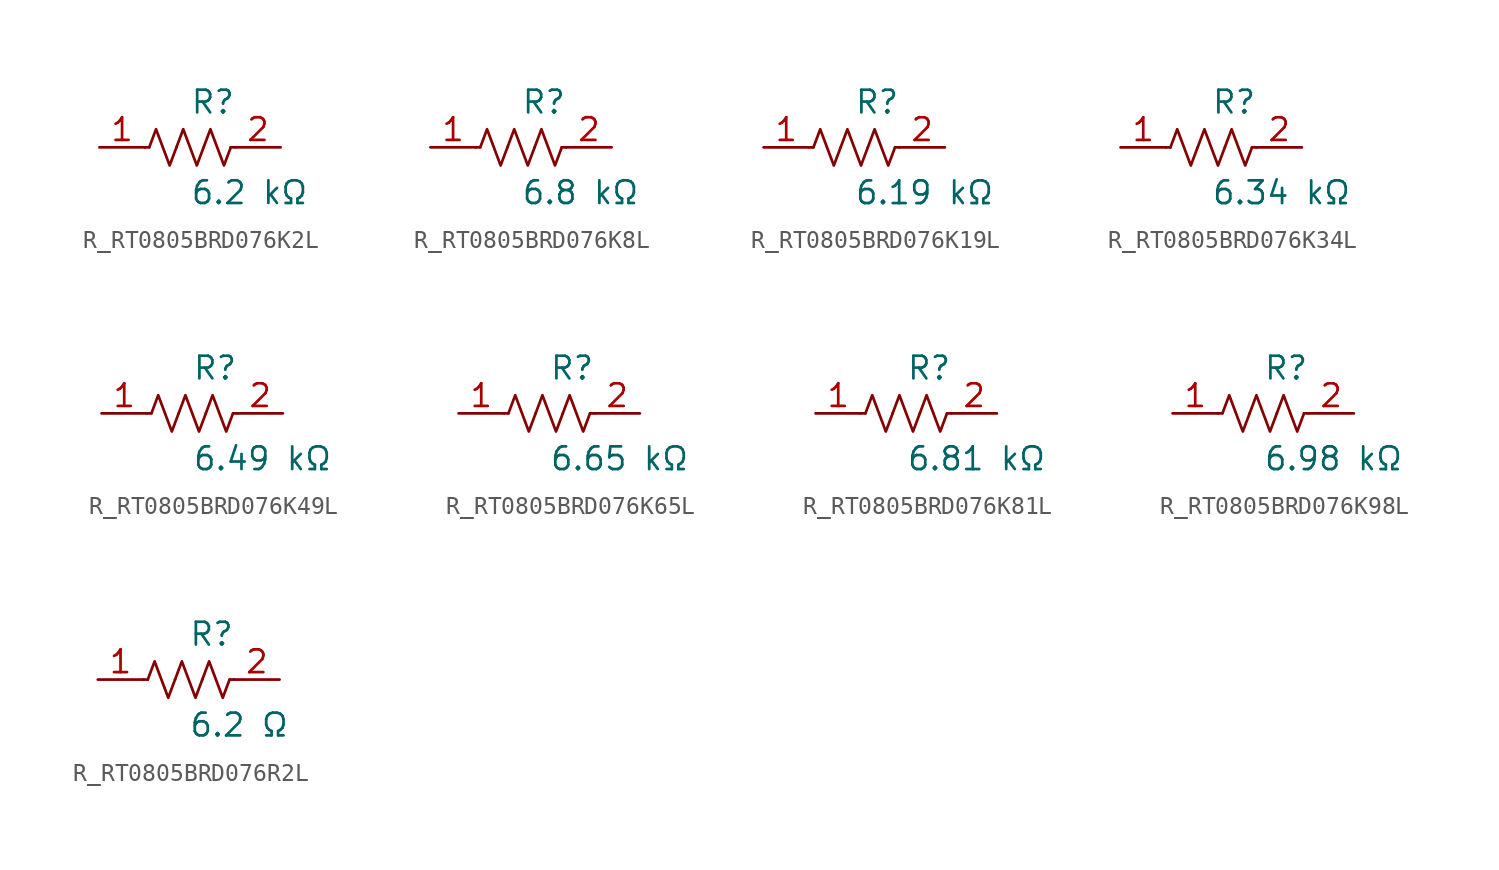
<source format=kicad_sym>
(kicad_symbol_lib
  (version 20231120)
  (generator kicad_symbol_editor)
  (generator_version 8.0)
  (symbol "R_RT0805BRD076K2L"
    (pin_names
      (offset 0.254))
    (property "Reference" "R"
      (at 0.0 2.54 0)
      (effects (font (size 1.27 1.27)) (justify left)))
    (property "Value" "6.2 kΩ"
      (at 0.0 -2.54 0)
      (effects (font (size 1.27 1.27)) (justify left)))
    (symbol "R_RT0805BRD076K2L_0_1"
      (polyline (pts (xy 2.286 0) (xy 2.54 0)) (stroke (width 0) (type default)) (fill (type none)))
      (polyline (pts (xy -2.286 0) (xy -2.54 0)) (stroke (width 0) (type default)) (fill (type none)))
      (polyline (pts (xy 0.762 0) (xy 1.143 1.016) (xy 1.524 0) (xy 1.905 -1.016) (xy 2.286 0)) (stroke (width 0) (type default)) (fill (type none)))
      (polyline (pts (xy -0.762 0) (xy -0.381 1.016) (xy 0 0) (xy 0.381 -1.016) (xy 0.762 0)) (stroke (width 0) (type default)) (fill (type none)))
      (polyline (pts (xy -2.286 0) (xy -1.905 1.016) (xy -1.524 0) (xy -1.143 -1.016) (xy -0.762 0)) (stroke (width 0) (type default)) (fill (type none))))
    (pin unspecified line
      (at -5.08 0 0)
      (length 2.54)
      (name "" (effects (font (size 1.27 1.27))))
      (number "1" (effects (font (size 1.27 1.27)))))
    (pin unspecified line
      (at 5.08 0 180)
      (length 2.54)
      (name "" (effects (font (size 1.27 1.27))))
      (number "2" (effects (font (size 1.27 1.27))))))
  (symbol "R_RT0805BRD076K8L"
    (pin_names
      (offset 0.254))
    (property "Reference" "R"
      (at 0.0 2.54 0)
      (effects (font (size 1.27 1.27)) (justify left)))
    (property "Value" "6.8 kΩ"
      (at 0.0 -2.54 0)
      (effects (font (size 1.27 1.27)) (justify left)))
    (symbol "R_RT0805BRD076K8L_0_1"
      (polyline (pts (xy 2.286 0) (xy 2.54 0)) (stroke (width 0) (type default)) (fill (type none)))
      (polyline (pts (xy -2.286 0) (xy -2.54 0)) (stroke (width 0) (type default)) (fill (type none)))
      (polyline (pts (xy 0.762 0) (xy 1.143 1.016) (xy 1.524 0) (xy 1.905 -1.016) (xy 2.286 0)) (stroke (width 0) (type default)) (fill (type none)))
      (polyline (pts (xy -0.762 0) (xy -0.381 1.016) (xy 0 0) (xy 0.381 -1.016) (xy 0.762 0)) (stroke (width 0) (type default)) (fill (type none)))
      (polyline (pts (xy -2.286 0) (xy -1.905 1.016) (xy -1.524 0) (xy -1.143 -1.016) (xy -0.762 0)) (stroke (width 0) (type default)) (fill (type none))))
    (pin unspecified line
      (at -5.08 0 0)
      (length 2.54)
      (name "" (effects (font (size 1.27 1.27))))
      (number "1" (effects (font (size 1.27 1.27)))))
    (pin unspecified line
      (at 5.08 0 180)
      (length 2.54)
      (name "" (effects (font (size 1.27 1.27))))
      (number "2" (effects (font (size 1.27 1.27))))))
  (symbol "R_RT0805BRD076K19L"
    (pin_names
      (offset 0.254))
    (property "Reference" "R"
      (at 0.0 2.54 0)
      (effects (font (size 1.27 1.27)) (justify left)))
    (property "Value" "6.19 kΩ"
      (at 0.0 -2.54 0)
      (effects (font (size 1.27 1.27)) (justify left)))
    (symbol "R_RT0805BRD076K19L_0_1"
      (polyline (pts (xy 2.286 0) (xy 2.54 0)) (stroke (width 0) (type default)) (fill (type none)))
      (polyline (pts (xy -2.286 0) (xy -2.54 0)) (stroke (width 0) (type default)) (fill (type none)))
      (polyline (pts (xy 0.762 0) (xy 1.143 1.016) (xy 1.524 0) (xy 1.905 -1.016) (xy 2.286 0)) (stroke (width 0) (type default)) (fill (type none)))
      (polyline (pts (xy -0.762 0) (xy -0.381 1.016) (xy 0 0) (xy 0.381 -1.016) (xy 0.762 0)) (stroke (width 0) (type default)) (fill (type none)))
      (polyline (pts (xy -2.286 0) (xy -1.905 1.016) (xy -1.524 0) (xy -1.143 -1.016) (xy -0.762 0)) (stroke (width 0) (type default)) (fill (type none))))
    (pin unspecified line
      (at -5.08 0 0)
      (length 2.54)
      (name "" (effects (font (size 1.27 1.27))))
      (number "1" (effects (font (size 1.27 1.27)))))
    (pin unspecified line
      (at 5.08 0 180)
      (length 2.54)
      (name "" (effects (font (size 1.27 1.27))))
      (number "2" (effects (font (size 1.27 1.27))))))
  (symbol "R_RT0805BRD076K34L"
    (pin_names
      (offset 0.254))
    (property "Reference" "R"
      (at 0.0 2.54 0)
      (effects (font (size 1.27 1.27)) (justify left)))
    (property "Value" "6.34 kΩ"
      (at 0.0 -2.54 0)
      (effects (font (size 1.27 1.27)) (justify left)))
    (symbol "R_RT0805BRD076K34L_0_1"
      (polyline (pts (xy 2.286 0) (xy 2.54 0)) (stroke (width 0) (type default)) (fill (type none)))
      (polyline (pts (xy -2.286 0) (xy -2.54 0)) (stroke (width 0) (type default)) (fill (type none)))
      (polyline (pts (xy 0.762 0) (xy 1.143 1.016) (xy 1.524 0) (xy 1.905 -1.016) (xy 2.286 0)) (stroke (width 0) (type default)) (fill (type none)))
      (polyline (pts (xy -0.762 0) (xy -0.381 1.016) (xy 0 0) (xy 0.381 -1.016) (xy 0.762 0)) (stroke (width 0) (type default)) (fill (type none)))
      (polyline (pts (xy -2.286 0) (xy -1.905 1.016) (xy -1.524 0) (xy -1.143 -1.016) (xy -0.762 0)) (stroke (width 0) (type default)) (fill (type none))))
    (pin unspecified line
      (at -5.08 0 0)
      (length 2.54)
      (name "" (effects (font (size 1.27 1.27))))
      (number "1" (effects (font (size 1.27 1.27)))))
    (pin unspecified line
      (at 5.08 0 180)
      (length 2.54)
      (name "" (effects (font (size 1.27 1.27))))
      (number "2" (effects (font (size 1.27 1.27))))))
  (symbol "R_RT0805BRD076K49L"
    (pin_names
      (offset 0.254))
    (property "Reference" "R"
      (at 0.0 2.54 0)
      (effects (font (size 1.27 1.27)) (justify left)))
    (property "Value" "6.49 kΩ"
      (at 0.0 -2.54 0)
      (effects (font (size 1.27 1.27)) (justify left)))
    (symbol "R_RT0805BRD076K49L_0_1"
      (polyline (pts (xy 2.286 0) (xy 2.54 0)) (stroke (width 0) (type default)) (fill (type none)))
      (polyline (pts (xy -2.286 0) (xy -2.54 0)) (stroke (width 0) (type default)) (fill (type none)))
      (polyline (pts (xy 0.762 0) (xy 1.143 1.016) (xy 1.524 0) (xy 1.905 -1.016) (xy 2.286 0)) (stroke (width 0) (type default)) (fill (type none)))
      (polyline (pts (xy -0.762 0) (xy -0.381 1.016) (xy 0 0) (xy 0.381 -1.016) (xy 0.762 0)) (stroke (width 0) (type default)) (fill (type none)))
      (polyline (pts (xy -2.286 0) (xy -1.905 1.016) (xy -1.524 0) (xy -1.143 -1.016) (xy -0.762 0)) (stroke (width 0) (type default)) (fill (type none))))
    (pin unspecified line
      (at -5.08 0 0)
      (length 2.54)
      (name "" (effects (font (size 1.27 1.27))))
      (number "1" (effects (font (size 1.27 1.27)))))
    (pin unspecified line
      (at 5.08 0 180)
      (length 2.54)
      (name "" (effects (font (size 1.27 1.27))))
      (number "2" (effects (font (size 1.27 1.27))))))
  (symbol "R_RT0805BRD076K65L"
    (pin_names
      (offset 0.254))
    (property "Reference" "R"
      (at 0.0 2.54 0)
      (effects (font (size 1.27 1.27)) (justify left)))
    (property "Value" "6.65 kΩ"
      (at 0.0 -2.54 0)
      (effects (font (size 1.27 1.27)) (justify left)))
    (symbol "R_RT0805BRD076K65L_0_1"
      (polyline (pts (xy 2.286 0) (xy 2.54 0)) (stroke (width 0) (type default)) (fill (type none)))
      (polyline (pts (xy -2.286 0) (xy -2.54 0)) (stroke (width 0) (type default)) (fill (type none)))
      (polyline (pts (xy 0.762 0) (xy 1.143 1.016) (xy 1.524 0) (xy 1.905 -1.016) (xy 2.286 0)) (stroke (width 0) (type default)) (fill (type none)))
      (polyline (pts (xy -0.762 0) (xy -0.381 1.016) (xy 0 0) (xy 0.381 -1.016) (xy 0.762 0)) (stroke (width 0) (type default)) (fill (type none)))
      (polyline (pts (xy -2.286 0) (xy -1.905 1.016) (xy -1.524 0) (xy -1.143 -1.016) (xy -0.762 0)) (stroke (width 0) (type default)) (fill (type none))))
    (pin unspecified line
      (at -5.08 0 0)
      (length 2.54)
      (name "" (effects (font (size 1.27 1.27))))
      (number "1" (effects (font (size 1.27 1.27)))))
    (pin unspecified line
      (at 5.08 0 180)
      (length 2.54)
      (name "" (effects (font (size 1.27 1.27))))
      (number "2" (effects (font (size 1.27 1.27))))))
  (symbol "R_RT0805BRD076K81L"
    (pin_names
      (offset 0.254))
    (property "Reference" "R"
      (at 0.0 2.54 0)
      (effects (font (size 1.27 1.27)) (justify left)))
    (property "Value" "6.81 kΩ"
      (at 0.0 -2.54 0)
      (effects (font (size 1.27 1.27)) (justify left)))
    (symbol "R_RT0805BRD076K81L_0_1"
      (polyline (pts (xy 2.286 0) (xy 2.54 0)) (stroke (width 0) (type default)) (fill (type none)))
      (polyline (pts (xy -2.286 0) (xy -2.54 0)) (stroke (width 0) (type default)) (fill (type none)))
      (polyline (pts (xy 0.762 0) (xy 1.143 1.016) (xy 1.524 0) (xy 1.905 -1.016) (xy 2.286 0)) (stroke (width 0) (type default)) (fill (type none)))
      (polyline (pts (xy -0.762 0) (xy -0.381 1.016) (xy 0 0) (xy 0.381 -1.016) (xy 0.762 0)) (stroke (width 0) (type default)) (fill (type none)))
      (polyline (pts (xy -2.286 0) (xy -1.905 1.016) (xy -1.524 0) (xy -1.143 -1.016) (xy -0.762 0)) (stroke (width 0) (type default)) (fill (type none))))
    (pin unspecified line
      (at -5.08 0 0)
      (length 2.54)
      (name "" (effects (font (size 1.27 1.27))))
      (number "1" (effects (font (size 1.27 1.27)))))
    (pin unspecified line
      (at 5.08 0 180)
      (length 2.54)
      (name "" (effects (font (size 1.27 1.27))))
      (number "2" (effects (font (size 1.27 1.27))))))
  (symbol "R_RT0805BRD076K98L"
    (pin_names
      (offset 0.254))
    (property "Reference" "R"
      (at 0.0 2.54 0)
      (effects (font (size 1.27 1.27)) (justify left)))
    (property "Value" "6.98 kΩ"
      (at 0.0 -2.54 0)
      (effects (font (size 1.27 1.27)) (justify left)))
    (symbol "R_RT0805BRD076K98L_0_1"
      (polyline (pts (xy 2.286 0) (xy 2.54 0)) (stroke (width 0) (type default)) (fill (type none)))
      (polyline (pts (xy -2.286 0) (xy -2.54 0)) (stroke (width 0) (type default)) (fill (type none)))
      (polyline (pts (xy 0.762 0) (xy 1.143 1.016) (xy 1.524 0) (xy 1.905 -1.016) (xy 2.286 0)) (stroke (width 0) (type default)) (fill (type none)))
      (polyline (pts (xy -0.762 0) (xy -0.381 1.016) (xy 0 0) (xy 0.381 -1.016) (xy 0.762 0)) (stroke (width 0) (type default)) (fill (type none)))
      (polyline (pts (xy -2.286 0) (xy -1.905 1.016) (xy -1.524 0) (xy -1.143 -1.016) (xy -0.762 0)) (stroke (width 0) (type default)) (fill (type none))))
    (pin unspecified line
      (at -5.08 0 0)
      (length 2.54)
      (name "" (effects (font (size 1.27 1.27))))
      (number "1" (effects (font (size 1.27 1.27)))))
    (pin unspecified line
      (at 5.08 0 180)
      (length 2.54)
      (name "" (effects (font (size 1.27 1.27))))
      (number "2" (effects (font (size 1.27 1.27))))))
  (symbol "R_RT0805BRD076R2L"
    (pin_names
      (offset 0.254))
    (property "Reference" "R"
      (at 0.0 2.54 0)
      (effects (font (size 1.27 1.27)) (justify left)))
    (property "Value" "6.2 Ω"
      (at 0.0 -2.54 0)
      (effects (font (size 1.27 1.27)) (justify left)))
    (symbol "R_RT0805BRD076R2L_0_1"
      (polyline (pts (xy 2.286 0) (xy 2.54 0)) (stroke (width 0) (type default)) (fill (type none)))
      (polyline (pts (xy -2.286 0) (xy -2.54 0)) (stroke (width 0) (type default)) (fill (type none)))
      (polyline (pts (xy 0.762 0) (xy 1.143 1.016) (xy 1.524 0) (xy 1.905 -1.016) (xy 2.286 0)) (stroke (width 0) (type default)) (fill (type none)))
      (polyline (pts (xy -0.762 0) (xy -0.381 1.016) (xy 0 0) (xy 0.381 -1.016) (xy 0.762 0)) (stroke (width 0) (type default)) (fill (type none)))
      (polyline (pts (xy -2.286 0) (xy -1.905 1.016) (xy -1.524 0) (xy -1.143 -1.016) (xy -0.762 0)) (stroke (width 0) (type default)) (fill (type none))))
    (pin unspecified line
      (at -5.08 0 0)
      (length 2.54)
      (name "" (effects (font (size 1.27 1.27))))
      (number "1" (effects (font (size 1.27 1.27)))))
    (pin unspecified line
      (at 5.08 0 180)
      (length 2.54)
      (name "" (effects (font (size 1.27 1.27))))
      (number "2" (effects (font (size 1.27 1.27)))))))
</source>
